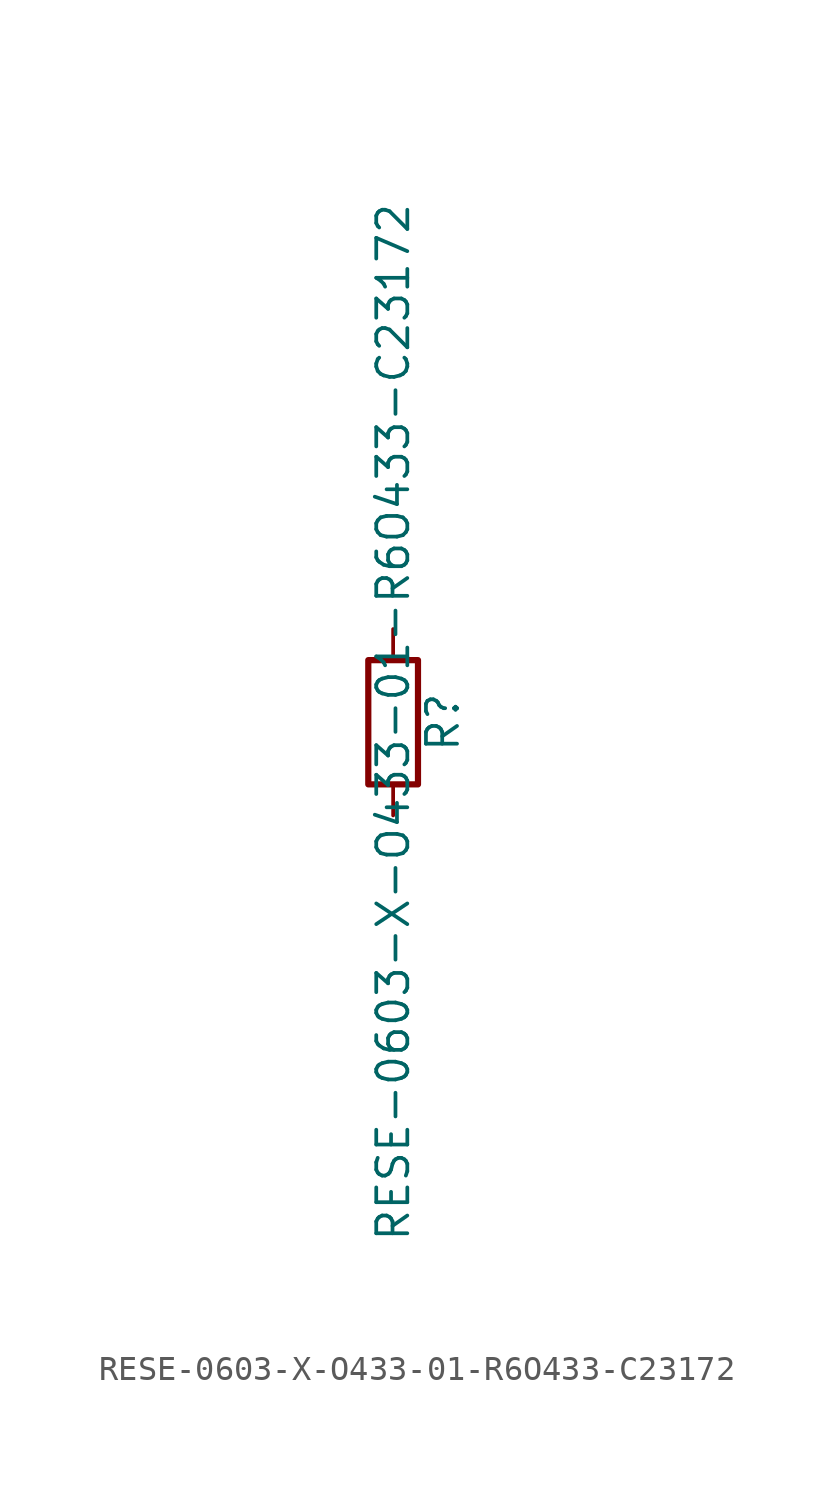
<source format=kicad_sym>
(kicad_symbol_lib
  (version 20211014)
  (generator kicad_symbol_editor)
  (symbol "RESE-0603-X-O433-01-R6O433-C23172"
    (pin_numbers hide)
    (pin_names
      (offset 0))
    (property "Reference" "R"
      (at 2.032 0 90)
      (effects (font (size 1.27 1.27))))
    (property "Value" "RESE-0603-X-O433-01-R6O433-C23172"
      (at 0 0 90)
      (effects (font (size 1.27 1.27))))
    (symbol "RESE-0603-X-O433-01-R6O433-C23172_0_1"
      (rectangle (start -1.016 -2.54) (end 1.016 2.54) (stroke (width 0.254) (type default) (color 0 0 0 0)) (fill (type none))))
    (symbol "RESE-0603-X-O433-01-R6O433-C23172_1_1"
      (pin passive line (at 0 3.81 270) (length 1.27) (name "~" (effects (font (size 1.27 1.27)))) (number "1" (effects (font (size 1.27 1.27)))))
      (pin passive line (at 0 -3.81 90) (length 1.27) (name "~" (effects (font (size 1.27 1.27)))) (number "2" (effects (font (size 1.27 1.27))))))))
</source>
